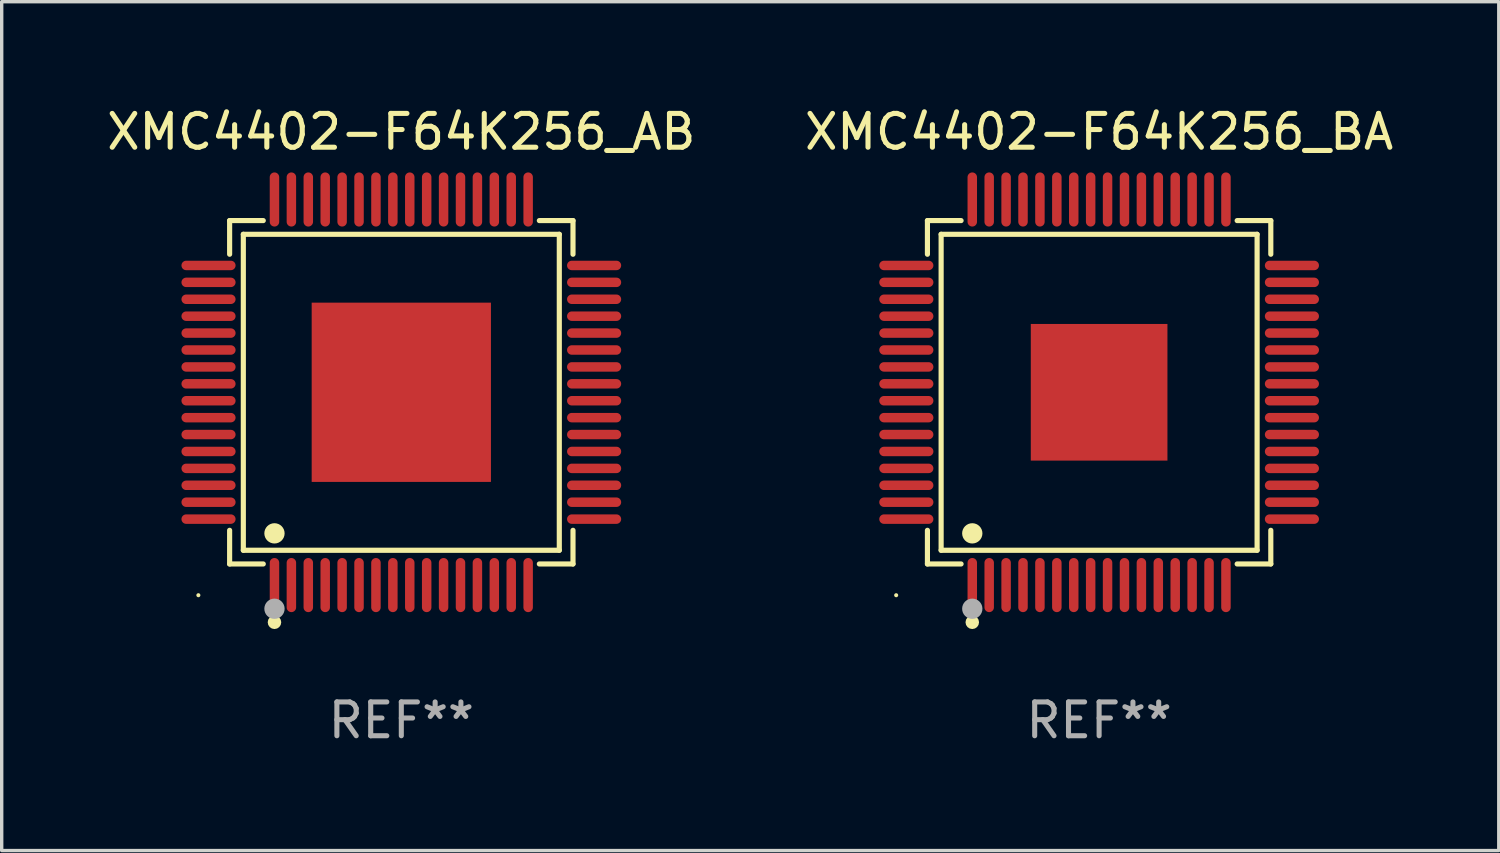
<source format=kicad_pcb>
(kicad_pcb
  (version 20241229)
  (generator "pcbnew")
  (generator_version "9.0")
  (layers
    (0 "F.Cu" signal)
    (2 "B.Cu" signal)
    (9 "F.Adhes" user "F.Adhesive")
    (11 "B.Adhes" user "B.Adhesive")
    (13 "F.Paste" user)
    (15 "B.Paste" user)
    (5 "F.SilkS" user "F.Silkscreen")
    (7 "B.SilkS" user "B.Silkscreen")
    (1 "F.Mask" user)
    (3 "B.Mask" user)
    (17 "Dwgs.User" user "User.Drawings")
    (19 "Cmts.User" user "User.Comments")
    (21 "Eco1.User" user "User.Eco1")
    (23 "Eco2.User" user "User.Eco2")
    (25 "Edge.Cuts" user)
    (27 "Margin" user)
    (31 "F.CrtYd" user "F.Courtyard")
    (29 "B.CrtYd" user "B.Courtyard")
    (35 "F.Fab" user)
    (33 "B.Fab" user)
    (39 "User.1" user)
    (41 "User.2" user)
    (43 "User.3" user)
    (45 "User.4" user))
  (footprint "XMC4402-F64K256_BA"
    (layer "F.Cu")
    (at 29.446 8.548)
    (property "Reference" "XMC4402-F64K256_BA" (at 0 -7.7 0) (layer "F.SilkS") (effects (font (size 1 1) (thickness 0.15))))
    (attr through_hole)
    (fp_line (start -5.076 -5.076) (end -4.081 -5.076) (stroke (width 0.152) (type solid)) (layer "F.SilkS"))
    (fp_line (start -5.076 -4.081) (end -5.076 -5.076) (stroke (width 0.152) (type solid)) (layer "F.SilkS"))
    (fp_line (start -5.076 4.081) (end -5.076 5.076) (stroke (width 0.152) (type solid)) (layer "F.SilkS"))
    (fp_line (start -5.076 5.076) (end -4.081 5.076) (stroke (width 0.152) (type solid)) (layer "F.SilkS"))
    (fp_line (start -4.671 -4.671) (end 4.671 -4.671) (stroke (width 0.152) (type solid)) (layer "F.SilkS"))
    (fp_line (start -4.671 4.671) (end -4.671 -4.671) (stroke (width 0.152) (type solid)) (layer "F.SilkS"))
    (fp_line (start 4.671 -4.671) (end 4.671 4.671) (stroke (width 0.152) (type solid)) (layer "F.SilkS"))
    (fp_line (start 4.671 4.671) (end -4.671 4.671) (stroke (width 0.152) (type solid)) (layer "F.SilkS"))
    (fp_line (start 5.076 -5.076) (end 4.081 -5.076) (stroke (width 0.152) (type solid)) (layer "F.SilkS"))
    (fp_line (start 5.076 -4.081) (end 5.076 -5.076) (stroke (width 0.152) (type solid)) (layer "F.SilkS"))
    (fp_line (start 5.076 4.081) (end 5.076 5.076) (stroke (width 0.152) (type solid)) (layer "F.SilkS"))
    (fp_line (start 5.076 5.076) (end 4.081 5.076) (stroke (width 0.152) (type solid)) (layer "F.SilkS"))
    (fp_circle (center -6 6) (end -5.97 6) (stroke (width 0.06) (type solid)) (fill no) (layer "F.SilkS"))
    (fp_circle (center -3.75 4.171) (end -3.6 4.171) (stroke (width 0.3) (type solid)) (fill no) (layer "F.SilkS"))
    (fp_circle (center -3.75 6.8) (end -3.65 6.8) (stroke (width 0.2) (type solid)) (fill no) (layer "F.SilkS"))
    (fp_circle (center -3.75 6.4) (end -3.6 6.4) (stroke (width 0.3) (type solid)) (fill no) (layer "F.Fab"))
    (fp_text user "REF**" (at 0 9.7 0) (layer "F.Fab") (effects (font (size 1 1) (thickness 0.15))))
    (pad "1" smd oval (at -3.75 5.7) (size 0.28 1.6) (layers "F.Cu" "F.Mask" "F.Paste"))
    (pad "2" smd oval (at -3.25 5.7) (size 0.28 1.6) (layers "F.Cu" "F.Mask" "F.Paste"))
    (pad "3" smd oval (at -2.75 5.7) (size 0.28 1.6) (layers "F.Cu" "F.Mask" "F.Paste"))
    (pad "4" smd oval (at -2.25 5.7) (size 0.28 1.6) (layers "F.Cu" "F.Mask" "F.Paste"))
    (pad "5" smd oval (at -1.75 5.7) (size 0.28 1.6) (layers "F.Cu" "F.Mask" "F.Paste"))
    (pad "6" smd oval (at -1.25 5.7) (size 0.28 1.6) (layers "F.Cu" "F.Mask" "F.Paste"))
    (pad "7" smd oval (at -0.75 5.7) (size 0.28 1.6) (layers "F.Cu" "F.Mask" "F.Paste"))
    (pad "8" smd oval (at -0.25 5.7) (size 0.28 1.6) (layers "F.Cu" "F.Mask" "F.Paste"))
    (pad "9" smd oval (at 0.25 5.7) (size 0.28 1.6) (layers "F.Cu" "F.Mask" "F.Paste"))
    (pad "10" smd oval (at 0.75 5.7) (size 0.28 1.6) (layers "F.Cu" "F.Mask" "F.Paste"))
    (pad "11" smd oval (at 1.25 5.7) (size 0.28 1.6) (layers "F.Cu" "F.Mask" "F.Paste"))
    (pad "12" smd oval (at 1.75 5.7) (size 0.28 1.6) (layers "F.Cu" "F.Mask" "F.Paste"))
    (pad "13" smd oval (at 2.25 5.7) (size 0.28 1.6) (layers "F.Cu" "F.Mask" "F.Paste"))
    (pad "14" smd oval (at 2.75 5.7) (size 0.28 1.6) (layers "F.Cu" "F.Mask" "F.Paste"))
    (pad "15" smd oval (at 3.25 5.7) (size 0.28 1.6) (layers "F.Cu" "F.Mask" "F.Paste"))
    (pad "16" smd oval (at 3.75 5.7) (size 0.28 1.6) (layers "F.Cu" "F.Mask" "F.Paste"))
    (pad "17" smd oval (at 5.7 3.75) (size 1.6 0.28) (layers "F.Cu" "F.Mask" "F.Paste"))
    (pad "18" smd oval (at 5.7 3.25) (size 1.6 0.28) (layers "F.Cu" "F.Mask" "F.Paste"))
    (pad "19" smd oval (at 5.7 2.75) (size 1.6 0.28) (layers "F.Cu" "F.Mask" "F.Paste"))
    (pad "20" smd oval (at 5.7 2.25) (size 1.6 0.28) (layers "F.Cu" "F.Mask" "F.Paste"))
    (pad "21" smd oval (at 5.7 1.75) (size 1.6 0.28) (layers "F.Cu" "F.Mask" "F.Paste"))
    (pad "22" smd oval (at 5.7 1.25) (size 1.6 0.28) (layers "F.Cu" "F.Mask" "F.Paste"))
    (pad "23" smd oval (at 5.7 0.75) (size 1.6 0.28) (layers "F.Cu" "F.Mask" "F.Paste"))
    (pad "24" smd oval (at 5.7 0.25) (size 1.6 0.28) (layers "F.Cu" "F.Mask" "F.Paste"))
    (pad "25" smd oval (at 5.7 -0.25) (size 1.6 0.28) (layers "F.Cu" "F.Mask" "F.Paste"))
    (pad "26" smd oval (at 5.7 -0.75) (size 1.6 0.28) (layers "F.Cu" "F.Mask" "F.Paste"))
    (pad "27" smd oval (at 5.7 -1.25) (size 1.6 0.28) (layers "F.Cu" "F.Mask" "F.Paste"))
    (pad "28" smd oval (at 5.7 -1.75) (size 1.6 0.28) (layers "F.Cu" "F.Mask" "F.Paste"))
    (pad "29" smd oval (at 5.7 -2.25) (size 1.6 0.28) (layers "F.Cu" "F.Mask" "F.Paste"))
    (pad "30" smd oval (at 5.7 -2.75) (size 1.6 0.28) (layers "F.Cu" "F.Mask" "F.Paste"))
    (pad "31" smd oval (at 5.7 -3.25) (size 1.6 0.28) (layers "F.Cu" "F.Mask" "F.Paste"))
    (pad "32" smd oval (at 5.7 -3.75) (size 1.6 0.28) (layers "F.Cu" "F.Mask" "F.Paste"))
    (pad "33" smd oval (at 3.75 -5.7) (size 0.28 1.6) (layers "F.Cu" "F.Mask" "F.Paste"))
    (pad "34" smd oval (at 3.25 -5.7) (size 0.28 1.6) (layers "F.Cu" "F.Mask" "F.Paste"))
    (pad "35" smd oval (at 2.75 -5.7) (size 0.28 1.6) (layers "F.Cu" "F.Mask" "F.Paste"))
    (pad "36" smd oval (at 2.25 -5.7) (size 0.28 1.6) (layers "F.Cu" "F.Mask" "F.Paste"))
    (pad "37" smd oval (at 1.75 -5.7) (size 0.28 1.6) (layers "F.Cu" "F.Mask" "F.Paste"))
    (pad "38" smd oval (at 1.25 -5.7) (size 0.28 1.6) (layers "F.Cu" "F.Mask" "F.Paste"))
    (pad "39" smd oval (at 0.75 -5.7) (size 0.28 1.6) (layers "F.Cu" "F.Mask" "F.Paste"))
    (pad "40" smd oval (at 0.25 -5.7) (size 0.28 1.6) (layers "F.Cu" "F.Mask" "F.Paste"))
    (pad "41" smd oval (at -0.25 -5.7) (size 0.28 1.6) (layers "F.Cu" "F.Mask" "F.Paste"))
    (pad "42" smd oval (at -0.75 -5.7) (size 0.28 1.6) (layers "F.Cu" "F.Mask" "F.Paste"))
    (pad "43" smd oval (at -1.25 -5.7) (size 0.28 1.6) (layers "F.Cu" "F.Mask" "F.Paste"))
    (pad "44" smd oval (at -1.75 -5.7) (size 0.28 1.6) (layers "F.Cu" "F.Mask" "F.Paste"))
    (pad "45" smd oval (at -2.25 -5.7) (size 0.28 1.6) (layers "F.Cu" "F.Mask" "F.Paste"))
    (pad "46" smd oval (at -2.75 -5.7) (size 0.28 1.6) (layers "F.Cu" "F.Mask" "F.Paste"))
    (pad "47" smd oval (at -3.25 -5.7) (size 0.28 1.6) (layers "F.Cu" "F.Mask" "F.Paste"))
    (pad "48" smd oval (at -3.75 -5.7) (size 0.28 1.6) (layers "F.Cu" "F.Mask" "F.Paste"))
    (pad "49" smd oval (at -5.7 -3.75) (size 1.6 0.28) (layers "F.Cu" "F.Mask" "F.Paste"))
    (pad "50" smd oval (at -5.7 -3.25) (size 1.6 0.28) (layers "F.Cu" "F.Mask" "F.Paste"))
    (pad "51" smd oval (at -5.7 -2.75) (size 1.6 0.28) (layers "F.Cu" "F.Mask" "F.Paste"))
    (pad "52" smd oval (at -5.7 -2.25) (size 1.6 0.28) (layers "F.Cu" "F.Mask" "F.Paste"))
    (pad "53" smd oval (at -5.7 -1.75) (size 1.6 0.28) (layers "F.Cu" "F.Mask" "F.Paste"))
    (pad "54" smd oval (at -5.7 -1.25) (size 1.6 0.28) (layers "F.Cu" "F.Mask" "F.Paste"))
    (pad "55" smd oval (at -5.7 -0.75) (size 1.6 0.28) (layers "F.Cu" "F.Mask" "F.Paste"))
    (pad "56" smd oval (at -5.7 -0.25) (size 1.6 0.28) (layers "F.Cu" "F.Mask" "F.Paste"))
    (pad "57" smd oval (at -5.7 0.25) (size 1.6 0.28) (layers "F.Cu" "F.Mask" "F.Paste"))
    (pad "58" smd oval (at -5.7 0.75) (size 1.6 0.28) (layers "F.Cu" "F.Mask" "F.Paste"))
    (pad "59" smd oval (at -5.7 1.25) (size 1.6 0.28) (layers "F.Cu" "F.Mask" "F.Paste"))
    (pad "60" smd oval (at -5.7 1.75) (size 1.6 0.28) (layers "F.Cu" "F.Mask" "F.Paste"))
    (pad "61" smd oval (at -5.7 2.25) (size 1.6 0.28) (layers "F.Cu" "F.Mask" "F.Paste"))
    (pad "62" smd oval (at -5.7 2.75) (size 1.6 0.28) (layers "F.Cu" "F.Mask" "F.Paste"))
    (pad "63" smd oval (at -5.7 3.25) (size 1.6 0.28) (layers "F.Cu" "F.Mask" "F.Paste"))
    (pad "64" smd oval (at -5.7 3.75) (size 1.6 0.28) (layers "F.Cu" "F.Mask" "F.Paste"))
    (pad "65" smd rect (at 0 0) (size 4.04 4.04) (layers "F.Cu" "F.Mask" "F.Paste")))
  (footprint "XMC4402-F64K256_AB"
    (layer "F.Cu")
    (at 8.815 8.548)
    (property "Reference" "XMC4402-F64K256_AB" (at 0 -7.7 0) (layer "F.SilkS") (effects (font (size 1 1) (thickness 0.15))))
    (attr through_hole)
    (fp_line (start -5.076 -5.076) (end -4.081 -5.076) (stroke (width 0.152) (type solid)) (layer "F.SilkS"))
    (fp_line (start -5.076 -4.081) (end -5.076 -5.076) (stroke (width 0.152) (type solid)) (layer "F.SilkS"))
    (fp_line (start -5.076 4.081) (end -5.076 5.076) (stroke (width 0.152) (type solid)) (layer "F.SilkS"))
    (fp_line (start -5.076 5.076) (end -4.081 5.076) (stroke (width 0.152) (type solid)) (layer "F.SilkS"))
    (fp_line (start -4.671 -4.671) (end 4.671 -4.671) (stroke (width 0.152) (type solid)) (layer "F.SilkS"))
    (fp_line (start -4.671 4.671) (end -4.671 -4.671) (stroke (width 0.152) (type solid)) (layer "F.SilkS"))
    (fp_line (start 4.671 -4.671) (end 4.671 4.671) (stroke (width 0.152) (type solid)) (layer "F.SilkS"))
    (fp_line (start 4.671 4.671) (end -4.671 4.671) (stroke (width 0.152) (type solid)) (layer "F.SilkS"))
    (fp_line (start 5.076 -5.076) (end 4.081 -5.076) (stroke (width 0.152) (type solid)) (layer "F.SilkS"))
    (fp_line (start 5.076 -4.081) (end 5.076 -5.076) (stroke (width 0.152) (type solid)) (layer "F.SilkS"))
    (fp_line (start 5.076 4.081) (end 5.076 5.076) (stroke (width 0.152) (type solid)) (layer "F.SilkS"))
    (fp_line (start 5.076 5.076) (end 4.081 5.076) (stroke (width 0.152) (type solid)) (layer "F.SilkS"))
    (fp_circle (center -6 6) (end -5.97 6) (stroke (width 0.06) (type solid)) (fill no) (layer "F.SilkS"))
    (fp_circle (center -3.75 4.171) (end -3.6 4.171) (stroke (width 0.3) (type solid)) (fill no) (layer "F.SilkS"))
    (fp_circle (center -3.75 6.8) (end -3.65 6.8) (stroke (width 0.2) (type solid)) (fill no) (layer "F.SilkS"))
    (fp_circle (center -3.75 6.4) (end -3.6 6.4) (stroke (width 0.3) (type solid)) (fill no) (layer "F.Fab"))
    (fp_text user "REF**" (at 0 9.7 0) (layer "F.Fab") (effects (font (size 1 1) (thickness 0.15))))
    (pad "1" smd oval (at -3.75 5.7) (size 0.28 1.6) (layers "F.Cu" "F.Mask" "F.Paste"))
    (pad "2" smd oval (at -3.25 5.7) (size 0.28 1.6) (layers "F.Cu" "F.Mask" "F.Paste"))
    (pad "3" smd oval (at -2.75 5.7) (size 0.28 1.6) (layers "F.Cu" "F.Mask" "F.Paste"))
    (pad "4" smd oval (at -2.25 5.7) (size 0.28 1.6) (layers "F.Cu" "F.Mask" "F.Paste"))
    (pad "5" smd oval (at -1.75 5.7) (size 0.28 1.6) (layers "F.Cu" "F.Mask" "F.Paste"))
    (pad "6" smd oval (at -1.25 5.7) (size 0.28 1.6) (layers "F.Cu" "F.Mask" "F.Paste"))
    (pad "7" smd oval (at -0.75 5.7) (size 0.28 1.6) (layers "F.Cu" "F.Mask" "F.Paste"))
    (pad "8" smd oval (at -0.25 5.7) (size 0.28 1.6) (layers "F.Cu" "F.Mask" "F.Paste"))
    (pad "9" smd oval (at 0.25 5.7) (size 0.28 1.6) (layers "F.Cu" "F.Mask" "F.Paste"))
    (pad "10" smd oval (at 0.75 5.7) (size 0.28 1.6) (layers "F.Cu" "F.Mask" "F.Paste"))
    (pad "11" smd oval (at 1.25 5.7) (size 0.28 1.6) (layers "F.Cu" "F.Mask" "F.Paste"))
    (pad "12" smd oval (at 1.75 5.7) (size 0.28 1.6) (layers "F.Cu" "F.Mask" "F.Paste"))
    (pad "13" smd oval (at 2.25 5.7) (size 0.28 1.6) (layers "F.Cu" "F.Mask" "F.Paste"))
    (pad "14" smd oval (at 2.75 5.7) (size 0.28 1.6) (layers "F.Cu" "F.Mask" "F.Paste"))
    (pad "15" smd oval (at 3.25 5.7) (size 0.28 1.6) (layers "F.Cu" "F.Mask" "F.Paste"))
    (pad "16" smd oval (at 3.75 5.7) (size 0.28 1.6) (layers "F.Cu" "F.Mask" "F.Paste"))
    (pad "17" smd oval (at 5.7 3.75) (size 1.6 0.28) (layers "F.Cu" "F.Mask" "F.Paste"))
    (pad "18" smd oval (at 5.7 3.25) (size 1.6 0.28) (layers "F.Cu" "F.Mask" "F.Paste"))
    (pad "19" smd oval (at 5.7 2.75) (size 1.6 0.28) (layers "F.Cu" "F.Mask" "F.Paste"))
    (pad "20" smd oval (at 5.7 2.25) (size 1.6 0.28) (layers "F.Cu" "F.Mask" "F.Paste"))
    (pad "21" smd oval (at 5.7 1.75) (size 1.6 0.28) (layers "F.Cu" "F.Mask" "F.Paste"))
    (pad "22" smd oval (at 5.7 1.25) (size 1.6 0.28) (layers "F.Cu" "F.Mask" "F.Paste"))
    (pad "23" smd oval (at 5.7 0.75) (size 1.6 0.28) (layers "F.Cu" "F.Mask" "F.Paste"))
    (pad "24" smd oval (at 5.7 0.25) (size 1.6 0.28) (layers "F.Cu" "F.Mask" "F.Paste"))
    (pad "25" smd oval (at 5.7 -0.25) (size 1.6 0.28) (layers "F.Cu" "F.Mask" "F.Paste"))
    (pad "26" smd oval (at 5.7 -0.75) (size 1.6 0.28) (layers "F.Cu" "F.Mask" "F.Paste"))
    (pad "27" smd oval (at 5.7 -1.25) (size 1.6 0.28) (layers "F.Cu" "F.Mask" "F.Paste"))
    (pad "28" smd oval (at 5.7 -1.75) (size 1.6 0.28) (layers "F.Cu" "F.Mask" "F.Paste"))
    (pad "29" smd oval (at 5.7 -2.25) (size 1.6 0.28) (layers "F.Cu" "F.Mask" "F.Paste"))
    (pad "30" smd oval (at 5.7 -2.75) (size 1.6 0.28) (layers "F.Cu" "F.Mask" "F.Paste"))
    (pad "31" smd oval (at 5.7 -3.25) (size 1.6 0.28) (layers "F.Cu" "F.Mask" "F.Paste"))
    (pad "32" smd oval (at 5.7 -3.75) (size 1.6 0.28) (layers "F.Cu" "F.Mask" "F.Paste"))
    (pad "33" smd oval (at 3.75 -5.7) (size 0.28 1.6) (layers "F.Cu" "F.Mask" "F.Paste"))
    (pad "34" smd oval (at 3.25 -5.7) (size 0.28 1.6) (layers "F.Cu" "F.Mask" "F.Paste"))
    (pad "35" smd oval (at 2.75 -5.7) (size 0.28 1.6) (layers "F.Cu" "F.Mask" "F.Paste"))
    (pad "36" smd oval (at 2.25 -5.7) (size 0.28 1.6) (layers "F.Cu" "F.Mask" "F.Paste"))
    (pad "37" smd oval (at 1.75 -5.7) (size 0.28 1.6) (layers "F.Cu" "F.Mask" "F.Paste"))
    (pad "38" smd oval (at 1.25 -5.7) (size 0.28 1.6) (layers "F.Cu" "F.Mask" "F.Paste"))
    (pad "39" smd oval (at 0.75 -5.7) (size 0.28 1.6) (layers "F.Cu" "F.Mask" "F.Paste"))
    (pad "40" smd oval (at 0.25 -5.7) (size 0.28 1.6) (layers "F.Cu" "F.Mask" "F.Paste"))
    (pad "41" smd oval (at -0.25 -5.7) (size 0.28 1.6) (layers "F.Cu" "F.Mask" "F.Paste"))
    (pad "42" smd oval (at -0.75 -5.7) (size 0.28 1.6) (layers "F.Cu" "F.Mask" "F.Paste"))
    (pad "43" smd oval (at -1.25 -5.7) (size 0.28 1.6) (layers "F.Cu" "F.Mask" "F.Paste"))
    (pad "44" smd oval (at -1.75 -5.7) (size 0.28 1.6) (layers "F.Cu" "F.Mask" "F.Paste"))
    (pad "45" smd oval (at -2.25 -5.7) (size 0.28 1.6) (layers "F.Cu" "F.Mask" "F.Paste"))
    (pad "46" smd oval (at -2.75 -5.7) (size 0.28 1.6) (layers "F.Cu" "F.Mask" "F.Paste"))
    (pad "47" smd oval (at -3.25 -5.7) (size 0.28 1.6) (layers "F.Cu" "F.Mask" "F.Paste"))
    (pad "48" smd oval (at -3.75 -5.7) (size 0.28 1.6) (layers "F.Cu" "F.Mask" "F.Paste"))
    (pad "49" smd oval (at -5.7 -3.75) (size 1.6 0.28) (layers "F.Cu" "F.Mask" "F.Paste"))
    (pad "50" smd oval (at -5.7 -3.25) (size 1.6 0.28) (layers "F.Cu" "F.Mask" "F.Paste"))
    (pad "51" smd oval (at -5.7 -2.75) (size 1.6 0.28) (layers "F.Cu" "F.Mask" "F.Paste"))
    (pad "52" smd oval (at -5.7 -2.25) (size 1.6 0.28) (layers "F.Cu" "F.Mask" "F.Paste"))
    (pad "53" smd oval (at -5.7 -1.75) (size 1.6 0.28) (layers "F.Cu" "F.Mask" "F.Paste"))
    (pad "54" smd oval (at -5.7 -1.25) (size 1.6 0.28) (layers "F.Cu" "F.Mask" "F.Paste"))
    (pad "55" smd oval (at -5.7 -0.75) (size 1.6 0.28) (layers "F.Cu" "F.Mask" "F.Paste"))
    (pad "56" smd oval (at -5.7 -0.25) (size 1.6 0.28) (layers "F.Cu" "F.Mask" "F.Paste"))
    (pad "57" smd oval (at -5.7 0.25) (size 1.6 0.28) (layers "F.Cu" "F.Mask" "F.Paste"))
    (pad "58" smd oval (at -5.7 0.75) (size 1.6 0.28) (layers "F.Cu" "F.Mask" "F.Paste"))
    (pad "59" smd oval (at -5.7 1.25) (size 1.6 0.28) (layers "F.Cu" "F.Mask" "F.Paste"))
    (pad "60" smd oval (at -5.7 1.75) (size 1.6 0.28) (layers "F.Cu" "F.Mask" "F.Paste"))
    (pad "61" smd oval (at -5.7 2.25) (size 1.6 0.28) (layers "F.Cu" "F.Mask" "F.Paste"))
    (pad "62" smd oval (at -5.7 2.75) (size 1.6 0.28) (layers "F.Cu" "F.Mask" "F.Paste"))
    (pad "63" smd oval (at -5.7 3.25) (size 1.6 0.28) (layers "F.Cu" "F.Mask" "F.Paste"))
    (pad "64" smd oval (at -5.7 3.75) (size 1.6 0.28) (layers "F.Cu" "F.Mask" "F.Paste"))
    (pad "65" smd rect (at 0 0) (size 5.3 5.3) (layers "F.Cu" "F.Mask" "F.Paste")))
  (gr_rect
    (start -3 -3)
    (end 41.262 22.097)
    (stroke (width 0.1) (type default))
    (fill no)
    (layer "Edge.Cuts")))
</source>
